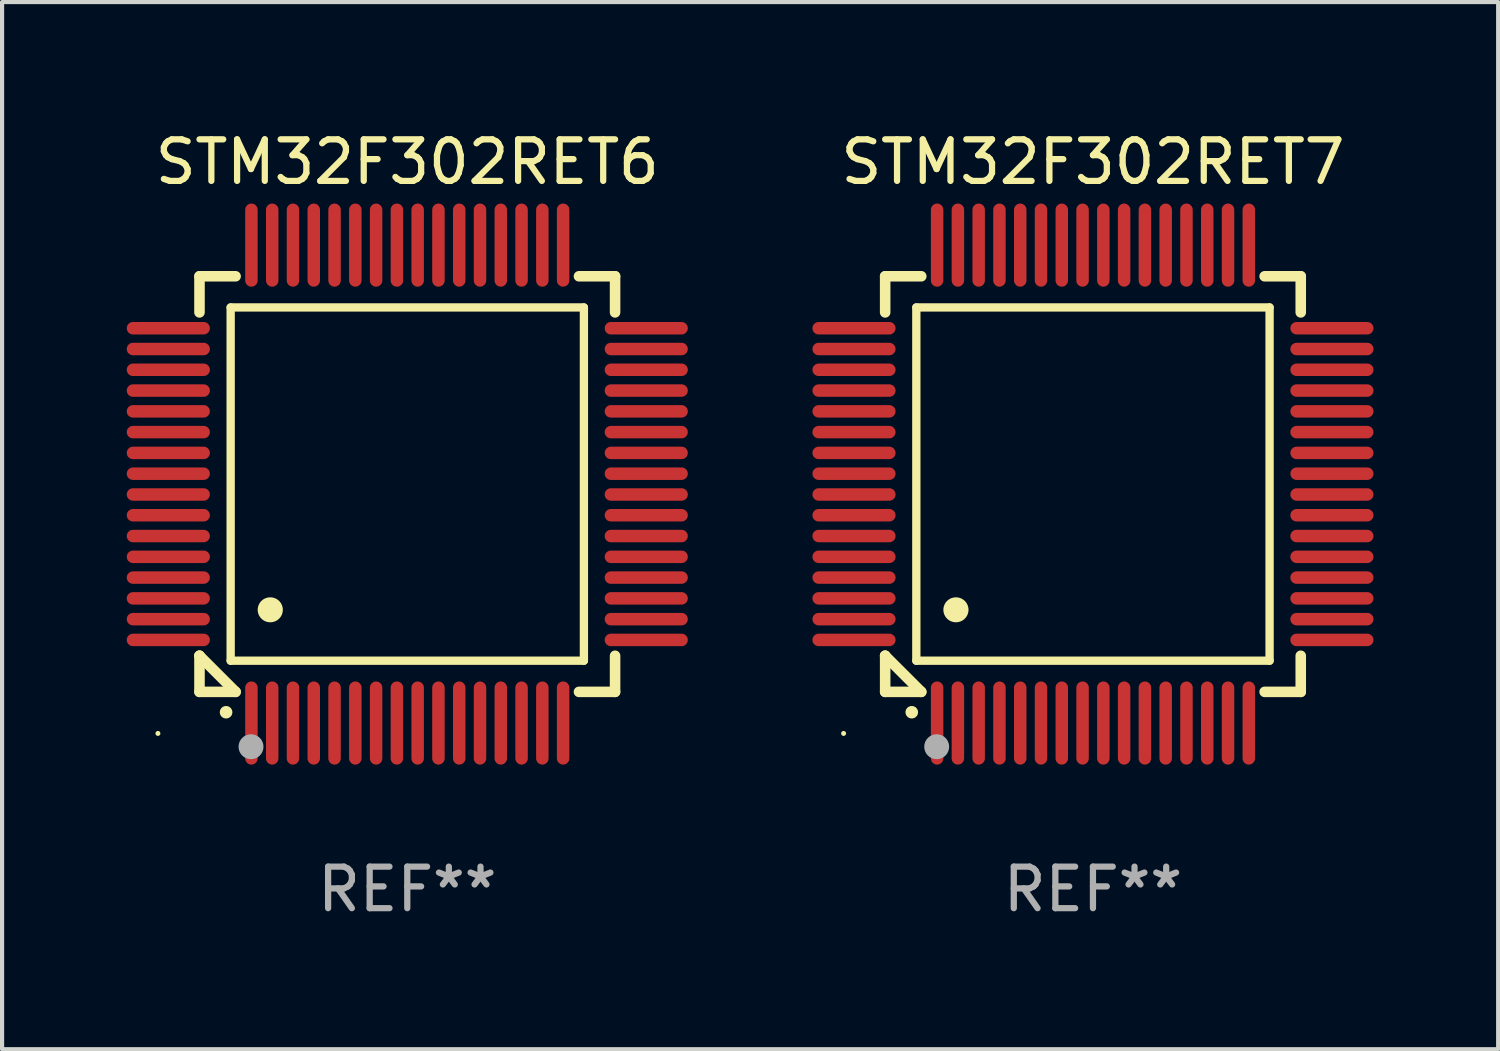
<source format=kicad_pcb>
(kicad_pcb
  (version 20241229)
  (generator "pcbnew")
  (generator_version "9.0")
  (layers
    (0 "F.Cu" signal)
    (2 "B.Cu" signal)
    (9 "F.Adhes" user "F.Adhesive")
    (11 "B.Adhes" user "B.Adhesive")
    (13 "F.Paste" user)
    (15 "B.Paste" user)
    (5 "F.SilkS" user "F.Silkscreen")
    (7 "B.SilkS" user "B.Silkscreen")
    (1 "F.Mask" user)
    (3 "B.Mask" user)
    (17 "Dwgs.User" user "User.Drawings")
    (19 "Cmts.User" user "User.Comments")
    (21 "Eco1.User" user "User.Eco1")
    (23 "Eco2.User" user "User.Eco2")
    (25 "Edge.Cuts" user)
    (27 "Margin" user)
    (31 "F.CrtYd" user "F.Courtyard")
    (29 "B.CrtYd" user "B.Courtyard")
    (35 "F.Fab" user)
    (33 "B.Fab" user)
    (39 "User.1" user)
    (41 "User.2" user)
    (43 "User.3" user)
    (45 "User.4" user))
  (footprint "STM32F302RET6"
    (layer "F.Cu")
    (at 6.75 8.598)
    (property "Reference" "STM32F302RET6" (at 0 -7.75 0) (layer "F.SilkS") (effects (font (size 1 1) (thickness 0.15))))
    (attr through_hole)
    (fp_line (start -5 -5) (end -4.131 -5) (stroke (width 0.254) (type solid)) (layer "F.SilkS"))
    (fp_line (start -5 -4.131) (end -5 -5) (stroke (width 0.254) (type solid)) (layer "F.SilkS"))
    (fp_line (start -5 4.131) (end -5 4.131) (stroke (width 0.254) (type solid)) (layer "F.SilkS"))
    (fp_line (start -5 5) (end -5 4.131) (stroke (width 0.254) (type solid)) (layer "F.SilkS"))
    (fp_line (start -5 4.131) (end -4.131 5) (stroke (width 0.254) (type solid)) (layer "F.SilkS"))
    (fp_line (start -4.25 -4.25) (end -4.25 4.25) (stroke (width 0.2) (type solid)) (layer "F.SilkS"))
    (fp_line (start -4.25 4.25) (end 4.25 4.25) (stroke (width 0.2) (type solid)) (layer "F.SilkS"))
    (fp_line (start -4.131 5) (end -5 5) (stroke (width 0.254) (type solid)) (layer "F.SilkS"))
    (fp_line (start 4.25 -4.25) (end -4.25 -4.25) (stroke (width 0.2) (type solid)) (layer "F.SilkS"))
    (fp_line (start 4.25 4.25) (end 4.25 -4.25) (stroke (width 0.2) (type solid)) (layer "F.SilkS"))
    (fp_line (start 5 -5) (end 4.131 -5) (stroke (width 0.254) (type solid)) (layer "F.SilkS"))
    (fp_line (start 5 -5) (end 5 -4.131) (stroke (width 0.254) (type solid)) (layer "F.SilkS"))
    (fp_line (start 5 4.131) (end 5 5) (stroke (width 0.254) (type solid)) (layer "F.SilkS"))
    (fp_line (start 5 5) (end 4.131 5) (stroke (width 0.254) (type solid)) (layer "F.SilkS"))
    (fp_arc (start -4.361265 5.489992) (mid -4.359995 5.489987) (end -4.358725 5.489992) (stroke (width 0.3) (type solid)) (layer "F.SilkS"))
    (fp_arc (start -3.299467 3.025146) (mid -3.296927 3.025135) (end -3.294387 3.025146) (stroke (width 0.6) (type solid)) (layer "F.SilkS"))
    (fp_circle (center -6 6) (end -5.97 6) (stroke (width 0.06) (type solid)) (fill no) (layer "F.SilkS"))
    (fp_circle (center -3.76 6.32) (end -3.61 6.32) (stroke (width 0.3) (type solid)) (fill no) (layer "F.Fab"))
    (fp_text user "REF**" (at 0 9.75 0) (layer "F.Fab") (effects (font (size 1 1) (thickness 0.15))))
    (pad "1" smd oval (at -3.75 5.75) (size 0.3 2) (layers "F.Cu" "F.Mask" "F.Paste"))
    (pad "2" smd oval (at -3.25 5.75) (size 0.3 2) (layers "F.Cu" "F.Mask" "F.Paste"))
    (pad "3" smd oval (at -2.75 5.75) (size 0.3 2) (layers "F.Cu" "F.Mask" "F.Paste"))
    (pad "4" smd oval (at -2.25 5.75) (size 0.3 2) (layers "F.Cu" "F.Mask" "F.Paste"))
    (pad "5" smd oval (at -1.75 5.75) (size 0.3 2) (layers "F.Cu" "F.Mask" "F.Paste"))
    (pad "6" smd oval (at -1.25 5.75) (size 0.3 2) (layers "F.Cu" "F.Mask" "F.Paste"))
    (pad "7" smd oval (at -0.75 5.75) (size 0.3 2) (layers "F.Cu" "F.Mask" "F.Paste"))
    (pad "8" smd oval (at -0.25 5.75) (size 0.3 2) (layers "F.Cu" "F.Mask" "F.Paste"))
    (pad "9" smd oval (at 0.25 5.75) (size 0.3 2) (layers "F.Cu" "F.Mask" "F.Paste"))
    (pad "10" smd oval (at 0.75 5.75) (size 0.3 2) (layers "F.Cu" "F.Mask" "F.Paste"))
    (pad "11" smd oval (at 1.25 5.75) (size 0.3 2) (layers "F.Cu" "F.Mask" "F.Paste"))
    (pad "12" smd oval (at 1.75 5.75) (size 0.3 2) (layers "F.Cu" "F.Mask" "F.Paste"))
    (pad "13" smd oval (at 2.25 5.75) (size 0.3 2) (layers "F.Cu" "F.Mask" "F.Paste"))
    (pad "14" smd oval (at 2.75 5.75) (size 0.3 2) (layers "F.Cu" "F.Mask" "F.Paste"))
    (pad "15" smd oval (at 3.25 5.75) (size 0.3 2) (layers "F.Cu" "F.Mask" "F.Paste"))
    (pad "16" smd oval (at 3.75 5.75) (size 0.3 2) (layers "F.Cu" "F.Mask" "F.Paste"))
    (pad "17" smd oval (at 5.75 3.75) (size 2 0.3) (layers "F.Cu" "F.Mask" "F.Paste"))
    (pad "18" smd oval (at 5.75 3.25) (size 2 0.3) (layers "F.Cu" "F.Mask" "F.Paste"))
    (pad "19" smd oval (at 5.75 2.75) (size 2 0.3) (layers "F.Cu" "F.Mask" "F.Paste"))
    (pad "20" smd oval (at 5.75 2.25) (size 2 0.3) (layers "F.Cu" "F.Mask" "F.Paste"))
    (pad "21" smd oval (at 5.75 1.75) (size 2 0.3) (layers "F.Cu" "F.Mask" "F.Paste"))
    (pad "22" smd oval (at 5.75 1.25) (size 2 0.3) (layers "F.Cu" "F.Mask" "F.Paste"))
    (pad "23" smd oval (at 5.75 0.75) (size 2 0.3) (layers "F.Cu" "F.Mask" "F.Paste"))
    (pad "24" smd oval (at 5.75 0.25) (size 2 0.3) (layers "F.Cu" "F.Mask" "F.Paste"))
    (pad "25" smd oval (at 5.75 -0.25) (size 2 0.3) (layers "F.Cu" "F.Mask" "F.Paste"))
    (pad "26" smd oval (at 5.75 -0.75) (size 2 0.3) (layers "F.Cu" "F.Mask" "F.Paste"))
    (pad "27" smd oval (at 5.75 -1.25) (size 2 0.3) (layers "F.Cu" "F.Mask" "F.Paste"))
    (pad "28" smd oval (at 5.75 -1.75) (size 2 0.3) (layers "F.Cu" "F.Mask" "F.Paste"))
    (pad "29" smd oval (at 5.75 -2.25) (size 2 0.3) (layers "F.Cu" "F.Mask" "F.Paste"))
    (pad "30" smd oval (at 5.75 -2.75) (size 2 0.3) (layers "F.Cu" "F.Mask" "F.Paste"))
    (pad "31" smd oval (at 5.75 -3.25) (size 2 0.3) (layers "F.Cu" "F.Mask" "F.Paste"))
    (pad "32" smd oval (at 5.75 -3.75) (size 2 0.3) (layers "F.Cu" "F.Mask" "F.Paste"))
    (pad "33" smd oval (at 3.75 -5.75) (size 0.3 2) (layers "F.Cu" "F.Mask" "F.Paste"))
    (pad "34" smd oval (at 3.25 -5.75) (size 0.3 2) (layers "F.Cu" "F.Mask" "F.Paste"))
    (pad "35" smd oval (at 2.75 -5.75) (size 0.3 2) (layers "F.Cu" "F.Mask" "F.Paste"))
    (pad "36" smd oval (at 2.25 -5.75) (size 0.3 2) (layers "F.Cu" "F.Mask" "F.Paste"))
    (pad "37" smd oval (at 1.75 -5.75) (size 0.3 2) (layers "F.Cu" "F.Mask" "F.Paste"))
    (pad "38" smd oval (at 1.25 -5.75) (size 0.3 2) (layers "F.Cu" "F.Mask" "F.Paste"))
    (pad "39" smd oval (at 0.75 -5.75) (size 0.3 2) (layers "F.Cu" "F.Mask" "F.Paste"))
    (pad "40" smd oval (at 0.25 -5.75) (size 0.3 2) (layers "F.Cu" "F.Mask" "F.Paste"))
    (pad "41" smd oval (at -0.25 -5.75) (size 0.3 2) (layers "F.Cu" "F.Mask" "F.Paste"))
    (pad "42" smd oval (at -0.75 -5.75) (size 0.3 2) (layers "F.Cu" "F.Mask" "F.Paste"))
    (pad "43" smd oval (at -1.25 -5.75) (size 0.3 2) (layers "F.Cu" "F.Mask" "F.Paste"))
    (pad "44" smd oval (at -1.75 -5.75) (size 0.3 2) (layers "F.Cu" "F.Mask" "F.Paste"))
    (pad "45" smd oval (at -2.25 -5.75) (size 0.3 2) (layers "F.Cu" "F.Mask" "F.Paste"))
    (pad "46" smd oval (at -2.75 -5.75) (size 0.3 2) (layers "F.Cu" "F.Mask" "F.Paste"))
    (pad "47" smd oval (at -3.25 -5.75) (size 0.3 2) (layers "F.Cu" "F.Mask" "F.Paste"))
    (pad "48" smd oval (at -3.75 -5.75) (size 0.3 2) (layers "F.Cu" "F.Mask" "F.Paste"))
    (pad "49" smd oval (at -5.75 -3.75) (size 2 0.3) (layers "F.Cu" "F.Mask" "F.Paste"))
    (pad "50" smd oval (at -5.75 -3.25) (size 2 0.3) (layers "F.Cu" "F.Mask" "F.Paste"))
    (pad "51" smd oval (at -5.75 -2.75) (size 2 0.3) (layers "F.Cu" "F.Mask" "F.Paste"))
    (pad "52" smd oval (at -5.75 -2.25) (size 2 0.3) (layers "F.Cu" "F.Mask" "F.Paste"))
    (pad "53" smd oval (at -5.75 -1.75) (size 2 0.3) (layers "F.Cu" "F.Mask" "F.Paste"))
    (pad "54" smd oval (at -5.75 -1.25) (size 2 0.3) (layers "F.Cu" "F.Mask" "F.Paste"))
    (pad "55" smd oval (at -5.75 -0.75) (size 2 0.3) (layers "F.Cu" "F.Mask" "F.Paste"))
    (pad "56" smd oval (at -5.75 -0.25) (size 2 0.3) (layers "F.Cu" "F.Mask" "F.Paste"))
    (pad "57" smd oval (at -5.75 0.25) (size 2 0.3) (layers "F.Cu" "F.Mask" "F.Paste"))
    (pad "58" smd oval (at -5.75 0.75) (size 2 0.3) (layers "F.Cu" "F.Mask" "F.Paste"))
    (pad "59" smd oval (at -5.75 1.25) (size 2 0.3) (layers "F.Cu" "F.Mask" "F.Paste"))
    (pad "60" smd oval (at -5.75 1.75) (size 2 0.3) (layers "F.Cu" "F.Mask" "F.Paste"))
    (pad "61" smd oval (at -5.75 2.25) (size 2 0.3) (layers "F.Cu" "F.Mask" "F.Paste"))
    (pad "62" smd oval (at -5.75 2.75) (size 2 0.3) (layers "F.Cu" "F.Mask" "F.Paste"))
    (pad "63" smd oval (at -5.75 3.25) (size 2 0.3) (layers "F.Cu" "F.Mask" "F.Paste"))
    (pad "64" smd oval (at -5.75 3.75) (size 2 0.3) (layers "F.Cu" "F.Mask" "F.Paste")))
  (footprint "STM32F302RET7"
    (layer "F.Cu")
    (at 23.249 8.598)
    (property "Reference" "STM32F302RET7" (at 0 -7.75 0) (layer "F.SilkS") (effects (font (size 1 1) (thickness 0.15))))
    (attr through_hole)
    (fp_line (start -5 -5) (end -4.131 -5) (stroke (width 0.254) (type solid)) (layer "F.SilkS"))
    (fp_line (start -5 -4.131) (end -5 -5) (stroke (width 0.254) (type solid)) (layer "F.SilkS"))
    (fp_line (start -5 4.131) (end -5 4.131) (stroke (width 0.254) (type solid)) (layer "F.SilkS"))
    (fp_line (start -5 5) (end -5 4.131) (stroke (width 0.254) (type solid)) (layer "F.SilkS"))
    (fp_line (start -5 4.131) (end -4.131 5) (stroke (width 0.254) (type solid)) (layer "F.SilkS"))
    (fp_line (start -4.25 -4.25) (end -4.25 4.25) (stroke (width 0.2) (type solid)) (layer "F.SilkS"))
    (fp_line (start -4.25 4.25) (end 4.25 4.25) (stroke (width 0.2) (type solid)) (layer "F.SilkS"))
    (fp_line (start -4.131 5) (end -5 5) (stroke (width 0.254) (type solid)) (layer "F.SilkS"))
    (fp_line (start 4.25 -4.25) (end -4.25 -4.25) (stroke (width 0.2) (type solid)) (layer "F.SilkS"))
    (fp_line (start 4.25 4.25) (end 4.25 -4.25) (stroke (width 0.2) (type solid)) (layer "F.SilkS"))
    (fp_line (start 5 -5) (end 4.131 -5) (stroke (width 0.254) (type solid)) (layer "F.SilkS"))
    (fp_line (start 5 -5) (end 5 -4.131) (stroke (width 0.254) (type solid)) (layer "F.SilkS"))
    (fp_line (start 5 4.131) (end 5 5) (stroke (width 0.254) (type solid)) (layer "F.SilkS"))
    (fp_line (start 5 5) (end 4.131 5) (stroke (width 0.254) (type solid)) (layer "F.SilkS"))
    (fp_arc (start -4.361265 5.489992) (mid -4.359995 5.489987) (end -4.358725 5.489992) (stroke (width 0.3) (type solid)) (layer "F.SilkS"))
    (fp_arc (start -3.299467 3.025146) (mid -3.296927 3.025135) (end -3.294387 3.025146) (stroke (width 0.6) (type solid)) (layer "F.SilkS"))
    (fp_circle (center -6 6) (end -5.97 6) (stroke (width 0.06) (type solid)) (fill no) (layer "F.SilkS"))
    (fp_circle (center -3.76 6.32) (end -3.61 6.32) (stroke (width 0.3) (type solid)) (fill no) (layer "F.Fab"))
    (fp_text user "REF**" (at 0 9.75 0) (layer "F.Fab") (effects (font (size 1 1) (thickness 0.15))))
    (pad "1" smd oval (at -3.75 5.75) (size 0.3 2) (layers "F.Cu" "F.Mask" "F.Paste"))
    (pad "2" smd oval (at -3.25 5.75) (size 0.3 2) (layers "F.Cu" "F.Mask" "F.Paste"))
    (pad "3" smd oval (at -2.75 5.75) (size 0.3 2) (layers "F.Cu" "F.Mask" "F.Paste"))
    (pad "4" smd oval (at -2.25 5.75) (size 0.3 2) (layers "F.Cu" "F.Mask" "F.Paste"))
    (pad "5" smd oval (at -1.75 5.75) (size 0.3 2) (layers "F.Cu" "F.Mask" "F.Paste"))
    (pad "6" smd oval (at -1.25 5.75) (size 0.3 2) (layers "F.Cu" "F.Mask" "F.Paste"))
    (pad "7" smd oval (at -0.75 5.75) (size 0.3 2) (layers "F.Cu" "F.Mask" "F.Paste"))
    (pad "8" smd oval (at -0.25 5.75) (size 0.3 2) (layers "F.Cu" "F.Mask" "F.Paste"))
    (pad "9" smd oval (at 0.25 5.75) (size 0.3 2) (layers "F.Cu" "F.Mask" "F.Paste"))
    (pad "10" smd oval (at 0.75 5.75) (size 0.3 2) (layers "F.Cu" "F.Mask" "F.Paste"))
    (pad "11" smd oval (at 1.25 5.75) (size 0.3 2) (layers "F.Cu" "F.Mask" "F.Paste"))
    (pad "12" smd oval (at 1.75 5.75) (size 0.3 2) (layers "F.Cu" "F.Mask" "F.Paste"))
    (pad "13" smd oval (at 2.25 5.75) (size 0.3 2) (layers "F.Cu" "F.Mask" "F.Paste"))
    (pad "14" smd oval (at 2.75 5.75) (size 0.3 2) (layers "F.Cu" "F.Mask" "F.Paste"))
    (pad "15" smd oval (at 3.25 5.75) (size 0.3 2) (layers "F.Cu" "F.Mask" "F.Paste"))
    (pad "16" smd oval (at 3.75 5.75) (size 0.3 2) (layers "F.Cu" "F.Mask" "F.Paste"))
    (pad "17" smd oval (at 5.75 3.75) (size 2 0.3) (layers "F.Cu" "F.Mask" "F.Paste"))
    (pad "18" smd oval (at 5.75 3.25) (size 2 0.3) (layers "F.Cu" "F.Mask" "F.Paste"))
    (pad "19" smd oval (at 5.75 2.75) (size 2 0.3) (layers "F.Cu" "F.Mask" "F.Paste"))
    (pad "20" smd oval (at 5.75 2.25) (size 2 0.3) (layers "F.Cu" "F.Mask" "F.Paste"))
    (pad "21" smd oval (at 5.75 1.75) (size 2 0.3) (layers "F.Cu" "F.Mask" "F.Paste"))
    (pad "22" smd oval (at 5.75 1.25) (size 2 0.3) (layers "F.Cu" "F.Mask" "F.Paste"))
    (pad "23" smd oval (at 5.75 0.75) (size 2 0.3) (layers "F.Cu" "F.Mask" "F.Paste"))
    (pad "24" smd oval (at 5.75 0.25) (size 2 0.3) (layers "F.Cu" "F.Mask" "F.Paste"))
    (pad "25" smd oval (at 5.75 -0.25) (size 2 0.3) (layers "F.Cu" "F.Mask" "F.Paste"))
    (pad "26" smd oval (at 5.75 -0.75) (size 2 0.3) (layers "F.Cu" "F.Mask" "F.Paste"))
    (pad "27" smd oval (at 5.75 -1.25) (size 2 0.3) (layers "F.Cu" "F.Mask" "F.Paste"))
    (pad "28" smd oval (at 5.75 -1.75) (size 2 0.3) (layers "F.Cu" "F.Mask" "F.Paste"))
    (pad "29" smd oval (at 5.75 -2.25) (size 2 0.3) (layers "F.Cu" "F.Mask" "F.Paste"))
    (pad "30" smd oval (at 5.75 -2.75) (size 2 0.3) (layers "F.Cu" "F.Mask" "F.Paste"))
    (pad "31" smd oval (at 5.75 -3.25) (size 2 0.3) (layers "F.Cu" "F.Mask" "F.Paste"))
    (pad "32" smd oval (at 5.75 -3.75) (size 2 0.3) (layers "F.Cu" "F.Mask" "F.Paste"))
    (pad "33" smd oval (at 3.75 -5.75) (size 0.3 2) (layers "F.Cu" "F.Mask" "F.Paste"))
    (pad "34" smd oval (at 3.25 -5.75) (size 0.3 2) (layers "F.Cu" "F.Mask" "F.Paste"))
    (pad "35" smd oval (at 2.75 -5.75) (size 0.3 2) (layers "F.Cu" "F.Mask" "F.Paste"))
    (pad "36" smd oval (at 2.25 -5.75) (size 0.3 2) (layers "F.Cu" "F.Mask" "F.Paste"))
    (pad "37" smd oval (at 1.75 -5.75) (size 0.3 2) (layers "F.Cu" "F.Mask" "F.Paste"))
    (pad "38" smd oval (at 1.25 -5.75) (size 0.3 2) (layers "F.Cu" "F.Mask" "F.Paste"))
    (pad "39" smd oval (at 0.75 -5.75) (size 0.3 2) (layers "F.Cu" "F.Mask" "F.Paste"))
    (pad "40" smd oval (at 0.25 -5.75) (size 0.3 2) (layers "F.Cu" "F.Mask" "F.Paste"))
    (pad "41" smd oval (at -0.25 -5.75) (size 0.3 2) (layers "F.Cu" "F.Mask" "F.Paste"))
    (pad "42" smd oval (at -0.75 -5.75) (size 0.3 2) (layers "F.Cu" "F.Mask" "F.Paste"))
    (pad "43" smd oval (at -1.25 -5.75) (size 0.3 2) (layers "F.Cu" "F.Mask" "F.Paste"))
    (pad "44" smd oval (at -1.75 -5.75) (size 0.3 2) (layers "F.Cu" "F.Mask" "F.Paste"))
    (pad "45" smd oval (at -2.25 -5.75) (size 0.3 2) (layers "F.Cu" "F.Mask" "F.Paste"))
    (pad "46" smd oval (at -2.75 -5.75) (size 0.3 2) (layers "F.Cu" "F.Mask" "F.Paste"))
    (pad "47" smd oval (at -3.25 -5.75) (size 0.3 2) (layers "F.Cu" "F.Mask" "F.Paste"))
    (pad "48" smd oval (at -3.75 -5.75) (size 0.3 2) (layers "F.Cu" "F.Mask" "F.Paste"))
    (pad "49" smd oval (at -5.75 -3.75) (size 2 0.3) (layers "F.Cu" "F.Mask" "F.Paste"))
    (pad "50" smd oval (at -5.75 -3.25) (size 2 0.3) (layers "F.Cu" "F.Mask" "F.Paste"))
    (pad "51" smd oval (at -5.75 -2.75) (size 2 0.3) (layers "F.Cu" "F.Mask" "F.Paste"))
    (pad "52" smd oval (at -5.75 -2.25) (size 2 0.3) (layers "F.Cu" "F.Mask" "F.Paste"))
    (pad "53" smd oval (at -5.75 -1.75) (size 2 0.3) (layers "F.Cu" "F.Mask" "F.Paste"))
    (pad "54" smd oval (at -5.75 -1.25) (size 2 0.3) (layers "F.Cu" "F.Mask" "F.Paste"))
    (pad "55" smd oval (at -5.75 -0.75) (size 2 0.3) (layers "F.Cu" "F.Mask" "F.Paste"))
    (pad "56" smd oval (at -5.75 -0.25) (size 2 0.3) (layers "F.Cu" "F.Mask" "F.Paste"))
    (pad "57" smd oval (at -5.75 0.25) (size 2 0.3) (layers "F.Cu" "F.Mask" "F.Paste"))
    (pad "58" smd oval (at -5.75 0.75) (size 2 0.3) (layers "F.Cu" "F.Mask" "F.Paste"))
    (pad "59" smd oval (at -5.75 1.25) (size 2 0.3) (layers "F.Cu" "F.Mask" "F.Paste"))
    (pad "60" smd oval (at -5.75 1.75) (size 2 0.3) (layers "F.Cu" "F.Mask" "F.Paste"))
    (pad "61" smd oval (at -5.75 2.25) (size 2 0.3) (layers "F.Cu" "F.Mask" "F.Paste"))
    (pad "62" smd oval (at -5.75 2.75) (size 2 0.3) (layers "F.Cu" "F.Mask" "F.Paste"))
    (pad "63" smd oval (at -5.75 3.25) (size 2 0.3) (layers "F.Cu" "F.Mask" "F.Paste"))
    (pad "64" smd oval (at -5.75 3.75) (size 2 0.3) (layers "F.Cu" "F.Mask" "F.Paste")))
  (gr_rect
    (start -3 -3)
    (end 32.999 22.196)
    (stroke (width 0.1) (type default))
    (fill no)
    (layer "Edge.Cuts")))
</source>
